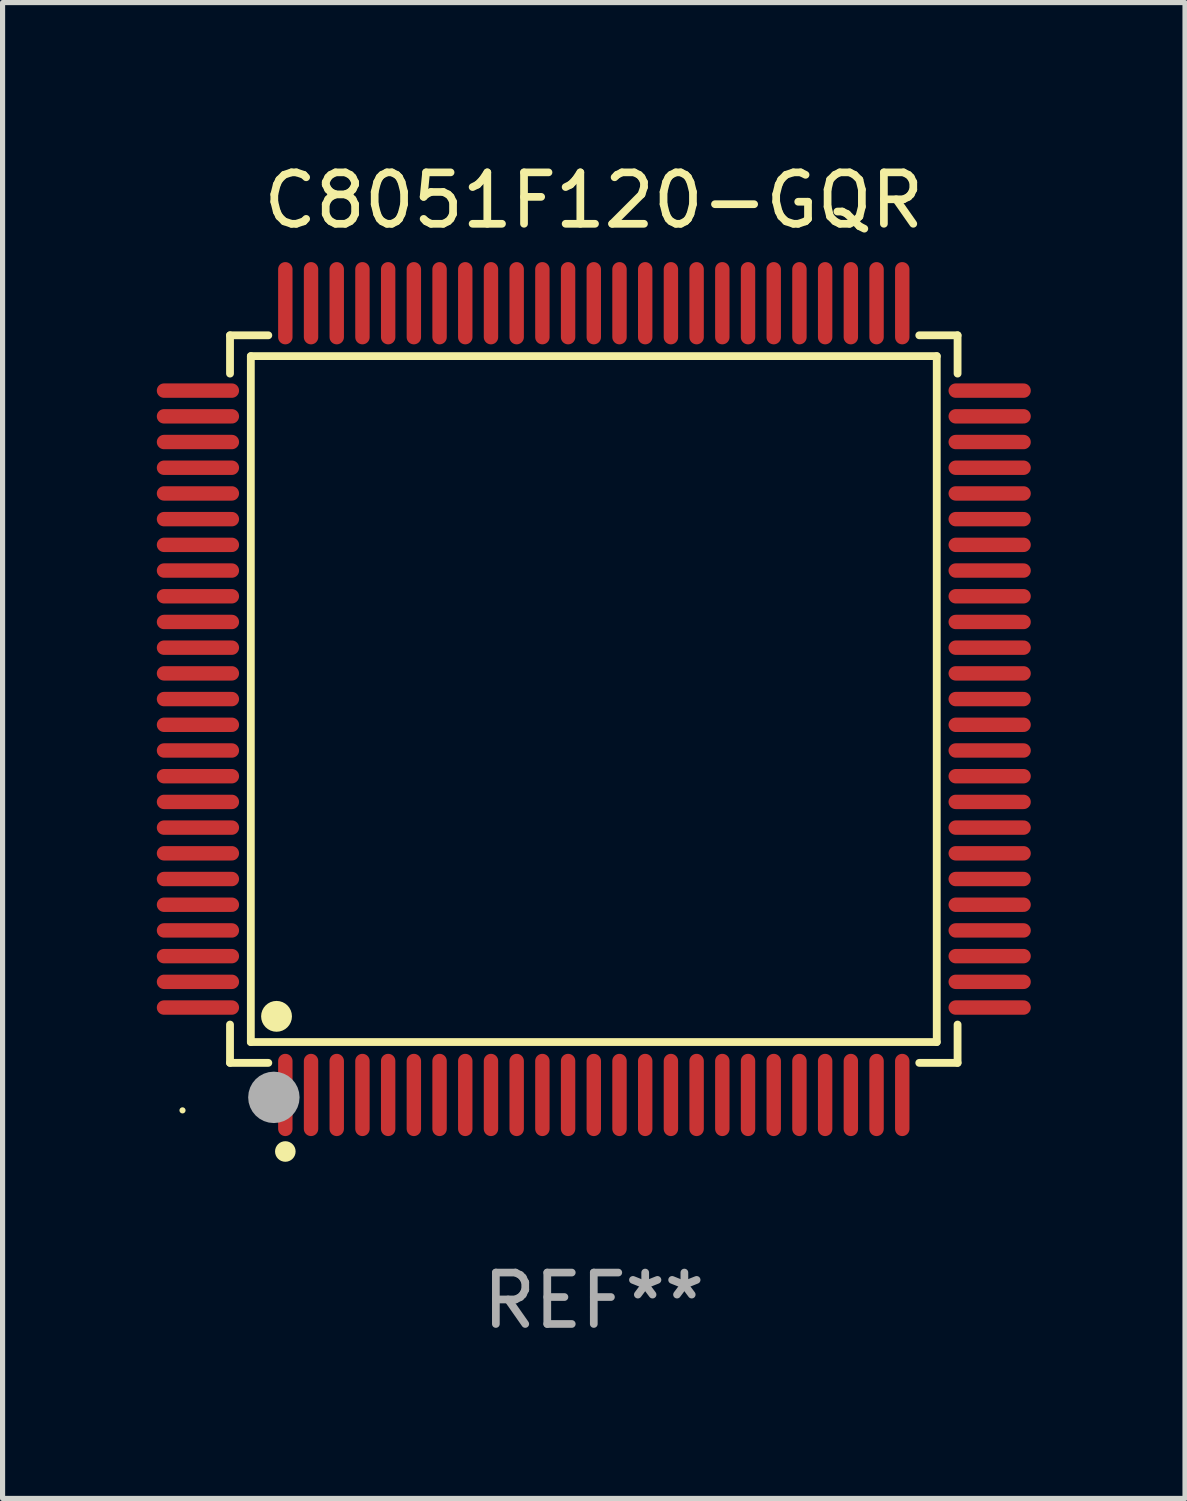
<source format=kicad_pcb>
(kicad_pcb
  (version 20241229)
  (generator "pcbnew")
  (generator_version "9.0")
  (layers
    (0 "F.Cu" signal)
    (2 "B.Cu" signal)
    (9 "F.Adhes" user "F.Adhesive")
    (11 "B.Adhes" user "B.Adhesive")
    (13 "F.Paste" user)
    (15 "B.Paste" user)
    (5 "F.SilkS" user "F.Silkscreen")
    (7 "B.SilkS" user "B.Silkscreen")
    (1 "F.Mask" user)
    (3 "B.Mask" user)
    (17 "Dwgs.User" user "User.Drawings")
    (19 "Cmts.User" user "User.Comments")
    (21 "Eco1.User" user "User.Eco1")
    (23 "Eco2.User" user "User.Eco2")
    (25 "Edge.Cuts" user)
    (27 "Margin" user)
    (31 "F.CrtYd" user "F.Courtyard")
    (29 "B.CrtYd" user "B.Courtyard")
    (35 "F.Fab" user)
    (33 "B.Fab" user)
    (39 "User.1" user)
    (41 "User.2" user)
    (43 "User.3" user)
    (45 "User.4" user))
  (footprint "C8051F120-GQR"
    (layer "F.Cu")
    (at 8.5 10.548)
    (property "Reference" "C8051F120-GQR" (at 0 -9.7 0) (layer "F.SilkS") (effects (font (size 1 1) (thickness 0.15))))
    (attr through_hole)
    (fp_line (start -7.076 -7.076) (end -6.331 -7.076) (stroke (width 0.152) (type solid)) (layer "F.SilkS"))
    (fp_line (start -7.076 -6.331) (end -7.076 -7.076) (stroke (width 0.152) (type solid)) (layer "F.SilkS"))
    (fp_line (start -7.076 6.331) (end -7.076 7.076) (stroke (width 0.152) (type solid)) (layer "F.SilkS"))
    (fp_line (start -7.076 7.076) (end -6.331 7.076) (stroke (width 0.152) (type solid)) (layer "F.SilkS"))
    (fp_line (start -6.671 -6.671) (end 6.671 -6.671) (stroke (width 0.152) (type solid)) (layer "F.SilkS"))
    (fp_line (start -6.671 6.671) (end -6.671 -6.671) (stroke (width 0.152) (type solid)) (layer "F.SilkS"))
    (fp_line (start 6.671 -6.671) (end 6.671 6.671) (stroke (width 0.152) (type solid)) (layer "F.SilkS"))
    (fp_line (start 6.671 6.671) (end -6.671 6.671) (stroke (width 0.152) (type solid)) (layer "F.SilkS"))
    (fp_line (start 7.076 -7.076) (end 6.331 -7.076) (stroke (width 0.152) (type solid)) (layer "F.SilkS"))
    (fp_line (start 7.076 -6.331) (end 7.076 -7.076) (stroke (width 0.152) (type solid)) (layer "F.SilkS"))
    (fp_line (start 7.076 6.331) (end 7.076 7.076) (stroke (width 0.152) (type solid)) (layer "F.SilkS"))
    (fp_line (start 7.076 7.076) (end 6.331 7.076) (stroke (width 0.152) (type solid)) (layer "F.SilkS"))
    (fp_circle (center -8 8) (end -7.97 8) (stroke (width 0.06) (type solid)) (fill no) (layer "F.SilkS"))
    (fp_circle (center -6.171 6.171) (end -6.021 6.171) (stroke (width 0.3) (type solid)) (fill no) (layer "F.SilkS"))
    (fp_circle (center -6 8.8) (end -5.9 8.8) (stroke (width 0.2) (type solid)) (fill no) (layer "F.SilkS"))
    (fp_circle (center -6.223 7.747) (end -5.973 7.747) (stroke (width 0.5) (type solid)) (fill no) (layer "F.Fab"))
    (fp_text user "REF**" (at 0 11.7 0) (layer "F.Fab") (effects (font (size 1 1) (thickness 0.15))))
    (pad "1" smd oval (at -6 7.7) (size 0.28 1.6) (layers "F.Cu" "F.Mask" "F.Paste"))
    (pad "2" smd oval (at -5.5 7.7) (size 0.28 1.6) (layers "F.Cu" "F.Mask" "F.Paste"))
    (pad "3" smd oval (at -5 7.7) (size 0.28 1.6) (layers "F.Cu" "F.Mask" "F.Paste"))
    (pad "4" smd oval (at -4.5 7.7) (size 0.28 1.6) (layers "F.Cu" "F.Mask" "F.Paste"))
    (pad "5" smd oval (at -4 7.7) (size 0.28 1.6) (layers "F.Cu" "F.Mask" "F.Paste"))
    (pad "6" smd oval (at -3.5 7.7) (size 0.28 1.6) (layers "F.Cu" "F.Mask" "F.Paste"))
    (pad "7" smd oval (at -3 7.7) (size 0.28 1.6) (layers "F.Cu" "F.Mask" "F.Paste"))
    (pad "8" smd oval (at -2.5 7.7) (size 0.28 1.6) (layers "F.Cu" "F.Mask" "F.Paste"))
    (pad "9" smd oval (at -2 7.7) (size 0.28 1.6) (layers "F.Cu" "F.Mask" "F.Paste"))
    (pad "10" smd oval (at -1.5 7.7) (size 0.28 1.6) (layers "F.Cu" "F.Mask" "F.Paste"))
    (pad "11" smd oval (at -1 7.7) (size 0.28 1.6) (layers "F.Cu" "F.Mask" "F.Paste"))
    (pad "12" smd oval (at -0.5 7.7) (size 0.28 1.6) (layers "F.Cu" "F.Mask" "F.Paste"))
    (pad "13" smd oval (at 0 7.7) (size 0.28 1.6) (layers "F.Cu" "F.Mask" "F.Paste"))
    (pad "14" smd oval (at 0.5 7.7) (size 0.28 1.6) (layers "F.Cu" "F.Mask" "F.Paste"))
    (pad "15" smd oval (at 1 7.7) (size 0.28 1.6) (layers "F.Cu" "F.Mask" "F.Paste"))
    (pad "16" smd oval (at 1.5 7.7) (size 0.28 1.6) (layers "F.Cu" "F.Mask" "F.Paste"))
    (pad "17" smd oval (at 2 7.7) (size 0.28 1.6) (layers "F.Cu" "F.Mask" "F.Paste"))
    (pad "18" smd oval (at 2.5 7.7) (size 0.28 1.6) (layers "F.Cu" "F.Mask" "F.Paste"))
    (pad "19" smd oval (at 3 7.7) (size 0.28 1.6) (layers "F.Cu" "F.Mask" "F.Paste"))
    (pad "20" smd oval (at 3.5 7.7) (size 0.28 1.6) (layers "F.Cu" "F.Mask" "F.Paste"))
    (pad "21" smd oval (at 4 7.7) (size 0.28 1.6) (layers "F.Cu" "F.Mask" "F.Paste"))
    (pad "22" smd oval (at 4.5 7.7) (size 0.28 1.6) (layers "F.Cu" "F.Mask" "F.Paste"))
    (pad "23" smd oval (at 5 7.7) (size 0.28 1.6) (layers "F.Cu" "F.Mask" "F.Paste"))
    (pad "24" smd oval (at 5.5 7.7) (size 0.28 1.6) (layers "F.Cu" "F.Mask" "F.Paste"))
    (pad "25" smd oval (at 6 7.7) (size 0.28 1.6) (layers "F.Cu" "F.Mask" "F.Paste"))
    (pad "26" smd oval (at 7.7 6) (size 1.6 0.28) (layers "F.Cu" "F.Mask" "F.Paste"))
    (pad "27" smd oval (at 7.7 5.5) (size 1.6 0.28) (layers "F.Cu" "F.Mask" "F.Paste"))
    (pad "28" smd oval (at 7.7 5) (size 1.6 0.28) (layers "F.Cu" "F.Mask" "F.Paste"))
    (pad "29" smd oval (at 7.7 4.5) (size 1.6 0.28) (layers "F.Cu" "F.Mask" "F.Paste"))
    (pad "30" smd oval (at 7.7 4) (size 1.6 0.28) (layers "F.Cu" "F.Mask" "F.Paste"))
    (pad "31" smd oval (at 7.7 3.5) (size 1.6 0.28) (layers "F.Cu" "F.Mask" "F.Paste"))
    (pad "32" smd oval (at 7.7 3) (size 1.6 0.28) (layers "F.Cu" "F.Mask" "F.Paste"))
    (pad "33" smd oval (at 7.7 2.5) (size 1.6 0.28) (layers "F.Cu" "F.Mask" "F.Paste"))
    (pad "34" smd oval (at 7.7 2) (size 1.6 0.28) (layers "F.Cu" "F.Mask" "F.Paste"))
    (pad "35" smd oval (at 7.7 1.5) (size 1.6 0.28) (layers "F.Cu" "F.Mask" "F.Paste"))
    (pad "36" smd oval (at 7.7 1) (size 1.6 0.28) (layers "F.Cu" "F.Mask" "F.Paste"))
    (pad "37" smd oval (at 7.7 0.5) (size 1.6 0.28) (layers "F.Cu" "F.Mask" "F.Paste"))
    (pad "38" smd oval (at 7.7 0) (size 1.6 0.28) (layers "F.Cu" "F.Mask" "F.Paste"))
    (pad "39" smd oval (at 7.7 -0.5) (size 1.6 0.28) (layers "F.Cu" "F.Mask" "F.Paste"))
    (pad "40" smd oval (at 7.7 -1) (size 1.6 0.28) (layers "F.Cu" "F.Mask" "F.Paste"))
    (pad "41" smd oval (at 7.7 -1.5) (size 1.6 0.28) (layers "F.Cu" "F.Mask" "F.Paste"))
    (pad "42" smd oval (at 7.7 -2) (size 1.6 0.28) (layers "F.Cu" "F.Mask" "F.Paste"))
    (pad "43" smd oval (at 7.7 -2.5) (size 1.6 0.28) (layers "F.Cu" "F.Mask" "F.Paste"))
    (pad "44" smd oval (at 7.7 -3) (size 1.6 0.28) (layers "F.Cu" "F.Mask" "F.Paste"))
    (pad "45" smd oval (at 7.7 -3.5) (size 1.6 0.28) (layers "F.Cu" "F.Mask" "F.Paste"))
    (pad "46" smd oval (at 7.7 -4) (size 1.6 0.28) (layers "F.Cu" "F.Mask" "F.Paste"))
    (pad "47" smd oval (at 7.7 -4.5) (size 1.6 0.28) (layers "F.Cu" "F.Mask" "F.Paste"))
    (pad "48" smd oval (at 7.7 -5) (size 1.6 0.28) (layers "F.Cu" "F.Mask" "F.Paste"))
    (pad "49" smd oval (at 7.7 -5.5) (size 1.6 0.28) (layers "F.Cu" "F.Mask" "F.Paste"))
    (pad "50" smd oval (at 7.7 -6) (size 1.6 0.28) (layers "F.Cu" "F.Mask" "F.Paste"))
    (pad "51" smd oval (at 6 -7.7) (size 0.28 1.6) (layers "F.Cu" "F.Mask" "F.Paste"))
    (pad "52" smd oval (at 5.5 -7.7) (size 0.28 1.6) (layers "F.Cu" "F.Mask" "F.Paste"))
    (pad "53" smd oval (at 5 -7.7) (size 0.28 1.6) (layers "F.Cu" "F.Mask" "F.Paste"))
    (pad "54" smd oval (at 4.5 -7.7) (size 0.28 1.6) (layers "F.Cu" "F.Mask" "F.Paste"))
    (pad "55" smd oval (at 4 -7.7) (size 0.28 1.6) (layers "F.Cu" "F.Mask" "F.Paste"))
    (pad "56" smd oval (at 3.5 -7.7) (size 0.28 1.6) (layers "F.Cu" "F.Mask" "F.Paste"))
    (pad "57" smd oval (at 3 -7.7) (size 0.28 1.6) (layers "F.Cu" "F.Mask" "F.Paste"))
    (pad "58" smd oval (at 2.5 -7.7) (size 0.28 1.6) (layers "F.Cu" "F.Mask" "F.Paste"))
    (pad "59" smd oval (at 2 -7.7) (size 0.28 1.6) (layers "F.Cu" "F.Mask" "F.Paste"))
    (pad "60" smd oval (at 1.5 -7.7) (size 0.28 1.6) (layers "F.Cu" "F.Mask" "F.Paste"))
    (pad "61" smd oval (at 1 -7.7) (size 0.28 1.6) (layers "F.Cu" "F.Mask" "F.Paste"))
    (pad "62" smd oval (at 0.5 -7.7) (size 0.28 1.6) (layers "F.Cu" "F.Mask" "F.Paste"))
    (pad "63" smd oval (at 0 -7.7) (size 0.28 1.6) (layers "F.Cu" "F.Mask" "F.Paste"))
    (pad "64" smd oval (at -0.5 -7.7) (size 0.28 1.6) (layers "F.Cu" "F.Mask" "F.Paste"))
    (pad "65" smd oval (at -1 -7.7) (size 0.28 1.6) (layers "F.Cu" "F.Mask" "F.Paste"))
    (pad "66" smd oval (at -1.5 -7.7) (size 0.28 1.6) (layers "F.Cu" "F.Mask" "F.Paste"))
    (pad "67" smd oval (at -2 -7.7) (size 0.28 1.6) (layers "F.Cu" "F.Mask" "F.Paste"))
    (pad "68" smd oval (at -2.5 -7.7) (size 0.28 1.6) (layers "F.Cu" "F.Mask" "F.Paste"))
    (pad "69" smd oval (at -3 -7.7) (size 0.28 1.6) (layers "F.Cu" "F.Mask" "F.Paste"))
    (pad "70" smd oval (at -3.5 -7.7) (size 0.28 1.6) (layers "F.Cu" "F.Mask" "F.Paste"))
    (pad "71" smd oval (at -4 -7.7) (size 0.28 1.6) (layers "F.Cu" "F.Mask" "F.Paste"))
    (pad "72" smd oval (at -4.5 -7.7) (size 0.28 1.6) (layers "F.Cu" "F.Mask" "F.Paste"))
    (pad "73" smd oval (at -5 -7.7) (size 0.28 1.6) (layers "F.Cu" "F.Mask" "F.Paste"))
    (pad "74" smd oval (at -5.5 -7.7) (size 0.28 1.6) (layers "F.Cu" "F.Mask" "F.Paste"))
    (pad "75" smd oval (at -6 -7.7) (size 0.28 1.6) (layers "F.Cu" "F.Mask" "F.Paste"))
    (pad "76" smd oval (at -7.7 -6) (size 1.6 0.28) (layers "F.Cu" "F.Mask" "F.Paste"))
    (pad "77" smd oval (at -7.7 -5.5) (size 1.6 0.28) (layers "F.Cu" "F.Mask" "F.Paste"))
    (pad "78" smd oval (at -7.7 -5) (size 1.6 0.28) (layers "F.Cu" "F.Mask" "F.Paste"))
    (pad "79" smd oval (at -7.7 -4.5) (size 1.6 0.28) (layers "F.Cu" "F.Mask" "F.Paste"))
    (pad "80" smd oval (at -7.7 -4) (size 1.6 0.28) (layers "F.Cu" "F.Mask" "F.Paste"))
    (pad "81" smd oval (at -7.7 -3.5) (size 1.6 0.28) (layers "F.Cu" "F.Mask" "F.Paste"))
    (pad "82" smd oval (at -7.7 -3) (size 1.6 0.28) (layers "F.Cu" "F.Mask" "F.Paste"))
    (pad "83" smd oval (at -7.7 -2.5) (size 1.6 0.28) (layers "F.Cu" "F.Mask" "F.Paste"))
    (pad "84" smd oval (at -7.7 -2) (size 1.6 0.28) (layers "F.Cu" "F.Mask" "F.Paste"))
    (pad "85" smd oval (at -7.7 -1.5) (size 1.6 0.28) (layers "F.Cu" "F.Mask" "F.Paste"))
    (pad "86" smd oval (at -7.7 -1) (size 1.6 0.28) (layers "F.Cu" "F.Mask" "F.Paste"))
    (pad "87" smd oval (at -7.7 -0.5) (size 1.6 0.28) (layers "F.Cu" "F.Mask" "F.Paste"))
    (pad "88" smd oval (at -7.7 0) (size 1.6 0.28) (layers "F.Cu" "F.Mask" "F.Paste"))
    (pad "89" smd oval (at -7.7 0.5) (size 1.6 0.28) (layers "F.Cu" "F.Mask" "F.Paste"))
    (pad "90" smd oval (at -7.7 1) (size 1.6 0.28) (layers "F.Cu" "F.Mask" "F.Paste"))
    (pad "91" smd oval (at -7.7 1.5) (size 1.6 0.28) (layers "F.Cu" "F.Mask" "F.Paste"))
    (pad "92" smd oval (at -7.7 2) (size 1.6 0.28) (layers "F.Cu" "F.Mask" "F.Paste"))
    (pad "93" smd oval (at -7.7 2.5) (size 1.6 0.28) (layers "F.Cu" "F.Mask" "F.Paste"))
    (pad "94" smd oval (at -7.7 3) (size 1.6 0.28) (layers "F.Cu" "F.Mask" "F.Paste"))
    (pad "95" smd oval (at -7.7 3.5) (size 1.6 0.28) (layers "F.Cu" "F.Mask" "F.Paste"))
    (pad "96" smd oval (at -7.7 4) (size 1.6 0.28) (layers "F.Cu" "F.Mask" "F.Paste"))
    (pad "97" smd oval (at -7.7 4.5) (size 1.6 0.28) (layers "F.Cu" "F.Mask" "F.Paste"))
    (pad "98" smd oval (at -7.7 5) (size 1.6 0.28) (layers "F.Cu" "F.Mask" "F.Paste"))
    (pad "99" smd oval (at -7.7 5.5) (size 1.6 0.28) (layers "F.Cu" "F.Mask" "F.Paste"))
    (pad "100" smd oval (at -7.7 6) (size 1.6 0.28) (layers "F.Cu" "F.Mask" "F.Paste")))
  (gr_rect
    (start -3 -3)
    (end 20 26.097)
    (stroke (width 0.1) (type default))
    (fill no)
    (layer "Edge.Cuts")))
</source>
